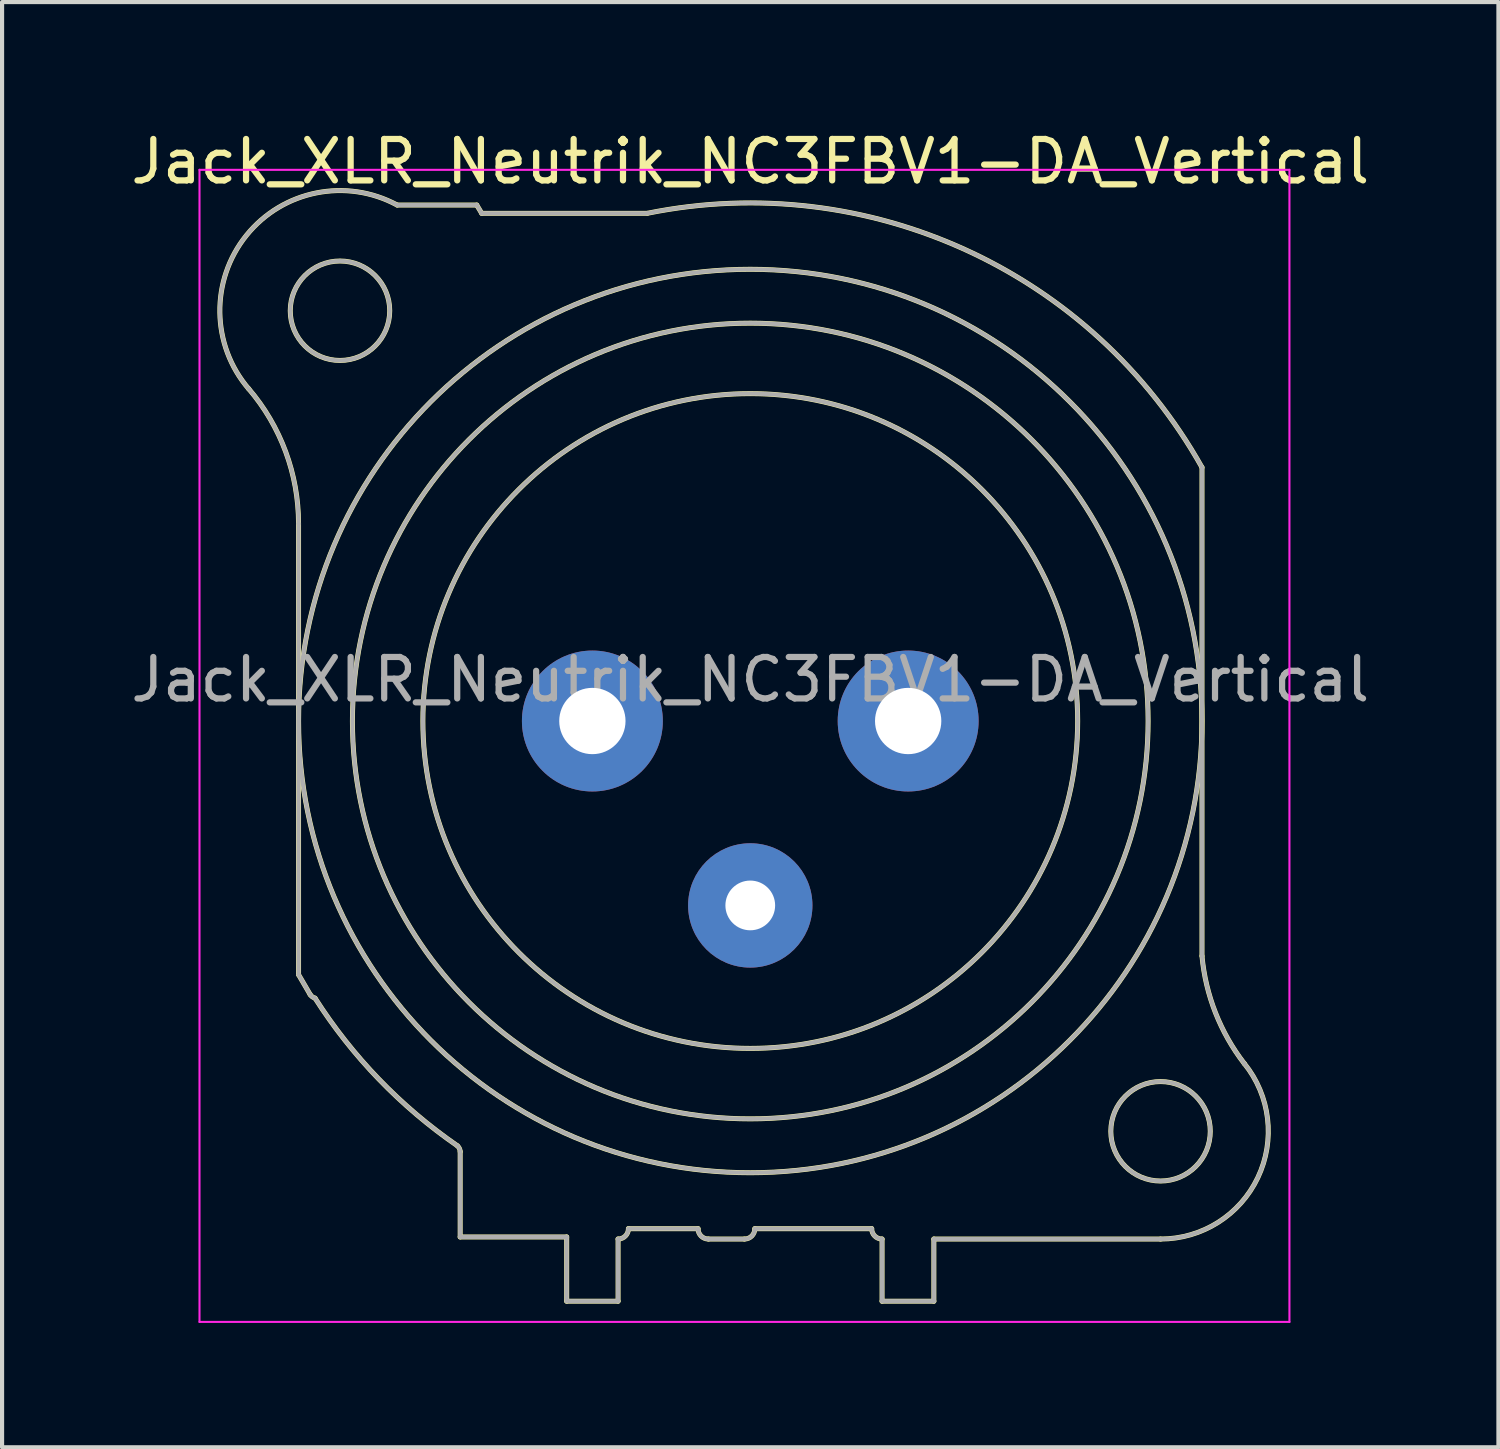
<source format=kicad_pcb>
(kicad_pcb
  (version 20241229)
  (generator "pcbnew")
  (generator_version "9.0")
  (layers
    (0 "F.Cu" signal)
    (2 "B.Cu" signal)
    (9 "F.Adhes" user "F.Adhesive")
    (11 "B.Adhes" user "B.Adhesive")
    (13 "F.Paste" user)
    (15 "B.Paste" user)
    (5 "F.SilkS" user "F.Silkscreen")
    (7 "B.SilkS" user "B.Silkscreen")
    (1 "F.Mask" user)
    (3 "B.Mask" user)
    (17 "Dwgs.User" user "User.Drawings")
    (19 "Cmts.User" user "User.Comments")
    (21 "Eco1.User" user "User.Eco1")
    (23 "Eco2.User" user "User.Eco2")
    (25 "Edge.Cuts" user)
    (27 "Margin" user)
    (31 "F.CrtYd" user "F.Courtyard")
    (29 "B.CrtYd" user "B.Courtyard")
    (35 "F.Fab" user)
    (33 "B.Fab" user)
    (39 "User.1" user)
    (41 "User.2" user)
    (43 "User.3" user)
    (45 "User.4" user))
  (footprint "Jack_XLR_Neutrik_NC3FBV1-DA_Vertical"
    (layer "F.Cu")
    (at 18.864 14.348)
    (property "Reference" "Jack_XLR_Neutrik_NC3FBV1-DA_Vertical" (at -3.81 -13.5 0) (layer "F.SilkS") (effects (font (size 1 1) (thickness 0.15))))
    (attr through_hole)
    (fp_line (start -14.71 -4.76) (end -14.71 6.12) (stroke (width 0.12) (type solid)) (layer "F.SilkS"))
    (fp_line (start -14.71 6.12) (end -14.43 6.6) (stroke (width 0.12) (type solid)) (layer "F.SilkS"))
    (fp_line (start -10.81 10.39) (end -10.81 12.45) (stroke (width 0.12) (type solid)) (layer "F.SilkS"))
    (fp_line (start -10.81 12.45) (end -8.24 12.45) (stroke (width 0.12) (type solid)) (layer "F.SilkS"))
    (fp_line (start -10.41 -12.45) (end -12.33 -12.45) (stroke (width 0.12) (type solid)) (layer "F.SilkS"))
    (fp_line (start -10.29 -12.25) (end -10.41 -12.45) (stroke (width 0.12) (type solid)) (layer "F.SilkS"))
    (fp_line (start -8.24 12.45) (end -8.24 14) (stroke (width 0.12) (type solid)) (layer "F.SilkS"))
    (fp_line (start -7 14) (end -8.24 14) (stroke (width 0.12) (type solid)) (layer "F.SilkS"))
    (fp_line (start -7 14) (end -7 12.5) (stroke (width 0.12) (type solid)) (layer "F.SilkS"))
    (fp_line (start -6.75 12.25) (end -5.07 12.25) (stroke (width 0.12) (type solid)) (layer "F.SilkS"))
    (fp_line (start -6.3 -12.25) (end -10.29 -12.25) (stroke (width 0.12) (type solid)) (layer "F.SilkS"))
    (fp_line (start -4.82 12.5) (end -3.95 12.5) (stroke (width 0.12) (type solid)) (layer "F.SilkS"))
    (fp_line (start -3.7 12.25) (end -0.88 12.25) (stroke (width 0.12) (type solid)) (layer "F.SilkS"))
    (fp_line (start -0.63 12.5) (end -0.63 14) (stroke (width 0.12) (type solid)) (layer "F.SilkS"))
    (fp_line (start 0.62 12.5) (end 6.09 12.5) (stroke (width 0.12) (type solid)) (layer "F.SilkS"))
    (fp_line (start 0.62 14) (end -0.63 14) (stroke (width 0.12) (type solid)) (layer "F.SilkS"))
    (fp_line (start 0.62 14) (end 0.62 12.5) (stroke (width 0.12) (type solid)) (layer "F.SilkS"))
    (fp_line (start 7.09 5.67) (end 7.09 -6.12) (stroke (width 0.12) (type solid)) (layer "F.SilkS"))
    (fp_arc (start -15.916051 -8.020379) (mid -15.021177 -6.498148) (end -14.71 -4.76) (stroke (width 0.12) (type solid)) (layer "F.SilkS"))
    (fp_arc (start -15.908884 -8.010077) (mid -15.967404 -11.719623) (end -12.33 -12.45) (stroke (width 0.12) (type solid)) (layer "F.SilkS"))
    (fp_arc (start -14.313753 6.685219) (mid -14.379716 6.653303) (end -14.43 6.6) (stroke (width 0.12) (type solid)) (layer "F.SilkS"))
    (fp_arc (start -10.879208 10.248532) (mid -12.772983 8.641241) (end -14.31 6.69) (stroke (width 0.12) (type solid)) (layer "F.SilkS"))
    (fp_arc (start -10.874359 10.252686) (mid -10.828679 10.315015) (end -10.81 10.39) (stroke (width 0.12) (type solid)) (layer "F.SilkS"))
    (fp_arc (start -6.75 12.25) (mid -6.823223 12.426777) (end -7 12.5) (stroke (width 0.12) (type solid)) (layer "F.SilkS"))
    (fp_arc (start -6.283571 -12.253402) (mid 1.401126 -11.362596) (end 7.09 -6.12) (stroke (width 0.12) (type solid)) (layer "F.SilkS"))
    (fp_arc (start -4.82 12.5) (mid -4.996777 12.426777) (end -5.07 12.25) (stroke (width 0.12) (type solid)) (layer "F.SilkS"))
    (fp_arc (start -3.7 12.25) (mid -3.773223 12.426777) (end -3.95 12.5) (stroke (width 0.12) (type solid)) (layer "F.SilkS"))
    (fp_arc (start -0.63 12.5) (mid -0.806777 12.426777) (end -0.88 12.25) (stroke (width 0.12) (type solid)) (layer "F.SilkS"))
    (fp_arc (start 8.110579 8.263767) (mid 8.436721 11.019329) (end 6.09 12.5) (stroke (width 0.12) (type solid)) (layer "F.SilkS"))
    (fp_arc (start 8.111727 8.266808) (mid 7.416073 7.041111) (end 7.09 5.67) (stroke (width 0.12) (type solid)) (layer "F.SilkS"))
    (fp_circle (center -13.71 -9.9) (end -12.51 -9.9) (stroke (width 0.12) (type solid)) (fill no) (layer "F.SilkS"))
    (fp_circle (center -3.81 0) (end 4.09 0) (stroke (width 0.12) (type solid)) (fill no) (layer "F.SilkS"))
    (fp_circle (center -3.81 0) (end 5.79 0) (stroke (width 0.12) (type solid)) (fill no) (layer "F.SilkS"))
    (fp_circle (center -3.81 0) (end 7.09 0) (stroke (width 0.12) (type solid)) (fill no) (layer "F.SilkS"))
    (fp_circle (center 6.09 9.9) (end 7.29 9.9) (stroke (width 0.12) (type solid)) (fill no) (layer "F.SilkS"))
    (fp_line (start -17.1 -13.3) (end 9.2 -13.3) (stroke (width 0.05) (type solid)) (layer "F.CrtYd"))
    (fp_line (start -17.1 14.5) (end -17.1 -13.3) (stroke (width 0.05) (type solid)) (layer "F.CrtYd"))
    (fp_line (start 9.2 -13.3) (end 9.2 14.5) (stroke (width 0.05) (type solid)) (layer "F.CrtYd"))
    (fp_line (start 9.2 14.5) (end -17.1 14.5) (stroke (width 0.05) (type solid)) (layer "F.CrtYd"))
    (fp_line (start -14.71 -4.76) (end -14.71 6.12) (stroke (width 0.1) (type solid)) (layer "F.Fab"))
    (fp_line (start -14.71 6.12) (end -14.43 6.6) (stroke (width 0.1) (type solid)) (layer "F.Fab"))
    (fp_line (start -10.81 10.39) (end -10.81 12.45) (stroke (width 0.1) (type solid)) (layer "F.Fab"))
    (fp_line (start -10.81 12.45) (end -8.24 12.45) (stroke (width 0.1) (type solid)) (layer "F.Fab"))
    (fp_line (start -10.41 -12.45) (end -12.33 -12.45) (stroke (width 0.1) (type solid)) (layer "F.Fab"))
    (fp_line (start -10.29 -12.25) (end -10.41 -12.45) (stroke (width 0.1) (type solid)) (layer "F.Fab"))
    (fp_line (start -8.24 12.45) (end -8.24 14) (stroke (width 0.1) (type solid)) (layer "F.Fab"))
    (fp_line (start -7 14) (end -8.24 14) (stroke (width 0.1) (type solid)) (layer "F.Fab"))
    (fp_line (start -7 14) (end -7 12.5) (stroke (width 0.1) (type solid)) (layer "F.Fab"))
    (fp_line (start -6.75 12.25) (end -5.07 12.25) (stroke (width 0.1) (type solid)) (layer "F.Fab"))
    (fp_line (start -6.3 -12.25) (end -10.29 -12.25) (stroke (width 0.1) (type solid)) (layer "F.Fab"))
    (fp_line (start -4.82 12.5) (end -3.95 12.5) (stroke (width 0.1) (type solid)) (layer "F.Fab"))
    (fp_line (start -3.7 12.25) (end -0.88 12.25) (stroke (width 0.1) (type solid)) (layer "F.Fab"))
    (fp_line (start -0.63 12.5) (end -0.63 14) (stroke (width 0.1) (type solid)) (layer "F.Fab"))
    (fp_line (start 0.62 12.5) (end 6.09 12.5) (stroke (width 0.1) (type solid)) (layer "F.Fab"))
    (fp_line (start 0.62 14) (end -0.63 14) (stroke (width 0.1) (type solid)) (layer "F.Fab"))
    (fp_line (start 0.62 14) (end 0.62 12.5) (stroke (width 0.1) (type solid)) (layer "F.Fab"))
    (fp_line (start 7.09 5.67) (end 7.09 -6.12) (stroke (width 0.1) (type solid)) (layer "F.Fab"))
    (fp_arc (start -15.916051 -8.020379) (mid -15.021177 -6.498148) (end -14.71 -4.76) (stroke (width 0.1) (type solid)) (layer "F.Fab"))
    (fp_arc (start -15.908884 -8.010077) (mid -15.967404 -11.719623) (end -12.33 -12.45) (stroke (width 0.1) (type solid)) (layer "F.Fab"))
    (fp_arc (start -14.313753 6.685219) (mid -14.379716 6.653303) (end -14.43 6.6) (stroke (width 0.1) (type solid)) (layer "F.Fab"))
    (fp_arc (start -10.879208 10.248532) (mid -12.772983 8.641241) (end -14.31 6.69) (stroke (width 0.1) (type solid)) (layer "F.Fab"))
    (fp_arc (start -10.874359 10.252686) (mid -10.828679 10.315015) (end -10.81 10.39) (stroke (width 0.1) (type solid)) (layer "F.Fab"))
    (fp_arc (start -6.75 12.25) (mid -6.823223 12.426777) (end -7 12.5) (stroke (width 0.1) (type solid)) (layer "F.Fab"))
    (fp_arc (start -6.283571 -12.253402) (mid 1.401126 -11.362596) (end 7.09 -6.12) (stroke (width 0.1) (type solid)) (layer "F.Fab"))
    (fp_arc (start -4.82 12.5) (mid -4.996777 12.426777) (end -5.07 12.25) (stroke (width 0.1) (type solid)) (layer "F.Fab"))
    (fp_arc (start -3.7 12.25) (mid -3.773223 12.426777) (end -3.95 12.5) (stroke (width 0.1) (type solid)) (layer "F.Fab"))
    (fp_arc (start -0.63 12.5) (mid -0.806777 12.426777) (end -0.88 12.25) (stroke (width 0.1) (type solid)) (layer "F.Fab"))
    (fp_arc (start 8.110579 8.263767) (mid 8.436721 11.019329) (end 6.09 12.5) (stroke (width 0.1) (type solid)) (layer "F.Fab"))
    (fp_arc (start 8.111727 8.266808) (mid 7.416073 7.041111) (end 7.09 5.67) (stroke (width 0.1) (type solid)) (layer "F.Fab"))
    (fp_circle (center -13.71 -9.9) (end -12.51 -9.9) (stroke (width 0.1) (type solid)) (fill no) (layer "F.Fab"))
    (fp_circle (center -3.81 0) (end 4.09 0) (stroke (width 0.1) (type solid)) (fill no) (layer "F.Fab"))
    (fp_circle (center -3.81 0) (end 5.79 0) (stroke (width 0.1) (type solid)) (fill no) (layer "F.Fab"))
    (fp_circle (center -3.81 0) (end 7.09 0) (stroke (width 0.1) (type solid)) (fill no) (layer "F.Fab"))
    (fp_circle (center 6.09 9.9) (end 7.29 9.9) (stroke (width 0.1) (type solid)) (fill no) (layer "F.Fab"))
    (fp_text user "${REFERENCE}" (at -3.81 -1 0) (layer "F.Fab") (effects (font (size 1 1) (thickness 0.15))))
    (pad "1" thru_hole circle (at 0 0) (size 3.4 3.4) (drill 1.6) (layers "*.Cu" "*.Mask"))
    (pad "2" thru_hole circle (at -7.62 0) (size 3.4 3.4) (drill 1.6) (layers "*.Cu" "*.Mask"))
    (pad "3" thru_hole circle (at -3.81 4.45) (size 3 3) (drill 1.2) (layers "*.Cu" "*.Mask")))
  (gr_rect
    (start -3 -3)
    (end 33.107 31.873)
    (stroke (width 0.1) (type default))
    (fill no)
    (layer "Edge.Cuts")))
</source>
